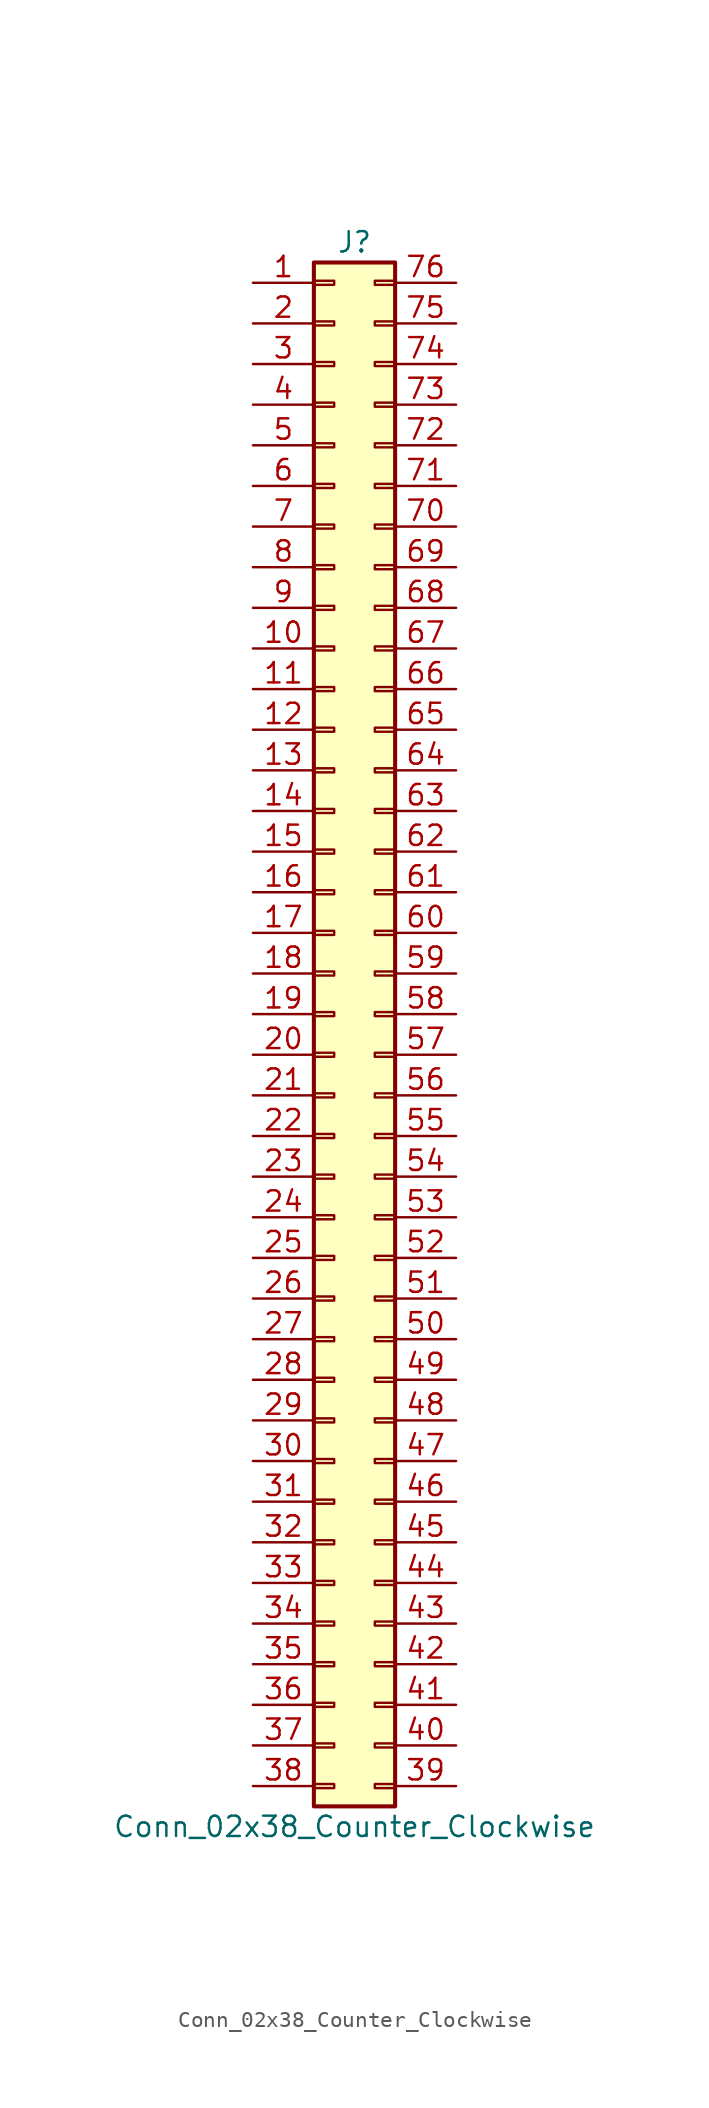
<source format=kicad_sym>
(kicad_symbol_lib
  (version 20220914)
  (generator kicad_symbol_editor)
  (symbol "Conn_02x38_Counter_Clockwise"
    (pin_names
      (offset 1.016) hide)
    (property "Reference" "J"
      (at 1.27 48.26 0)
      (effects (font (size 1.27 1.27))))
    (property "Value" "Conn_02x38_Counter_Clockwise"
      (at 1.27 -50.8 0)
      (effects (font (size 1.27 1.27))))
    (symbol "Conn_02x38_Counter_Clockwise_1_1"
      (rectangle (start -1.27 -48.133) (end 0 -48.387) (stroke (width 0.152) (type default)) (fill (type none)))
      (rectangle (start -1.27 -45.593) (end 0 -45.847) (stroke (width 0.152) (type default)) (fill (type none)))
      (rectangle (start -1.27 -43.053) (end 0 -43.307) (stroke (width 0.152) (type default)) (fill (type none)))
      (rectangle (start -1.27 -40.513) (end 0 -40.767) (stroke (width 0.152) (type default)) (fill (type none)))
      (rectangle (start -1.27 -37.973) (end 0 -38.227) (stroke (width 0.152) (type default)) (fill (type none)))
      (rectangle (start -1.27 -35.433) (end 0 -35.687) (stroke (width 0.152) (type default)) (fill (type none)))
      (rectangle (start -1.27 -32.893) (end 0 -33.147) (stroke (width 0.152) (type default)) (fill (type none)))
      (rectangle (start -1.27 -30.353) (end 0 -30.607) (stroke (width 0.152) (type default)) (fill (type none)))
      (rectangle (start -1.27 -27.813) (end 0 -28.067) (stroke (width 0.152) (type default)) (fill (type none)))
      (rectangle (start -1.27 -25.273) (end 0 -25.527) (stroke (width 0.152) (type default)) (fill (type none)))
      (rectangle (start -1.27 -22.733) (end 0 -22.987) (stroke (width 0.152) (type default)) (fill (type none)))
      (rectangle (start -1.27 -20.193) (end 0 -20.447) (stroke (width 0.152) (type default)) (fill (type none)))
      (rectangle (start -1.27 -17.653) (end 0 -17.907) (stroke (width 0.152) (type default)) (fill (type none)))
      (rectangle (start -1.27 -15.113) (end 0 -15.367) (stroke (width 0.152) (type default)) (fill (type none)))
      (rectangle (start -1.27 -12.573) (end 0 -12.827) (stroke (width 0.152) (type default)) (fill (type none)))
      (rectangle (start -1.27 -10.033) (end 0 -10.287) (stroke (width 0.152) (type default)) (fill (type none)))
      (rectangle (start -1.27 -7.493) (end 0 -7.747) (stroke (width 0.152) (type default)) (fill (type none)))
      (rectangle (start -1.27 -4.953) (end 0 -5.207) (stroke (width 0.152) (type default)) (fill (type none)))
      (rectangle (start -1.27 -2.413) (end 0 -2.667) (stroke (width 0.152) (type default)) (fill (type none)))
      (rectangle (start -1.27 0.127) (end 0 -0.127) (stroke (width 0.152) (type default)) (fill (type none)))
      (rectangle (start -1.27 2.667) (end 0 2.413) (stroke (width 0.152) (type default)) (fill (type none)))
      (rectangle (start -1.27 5.207) (end 0 4.953) (stroke (width 0.152) (type default)) (fill (type none)))
      (rectangle (start -1.27 7.747) (end 0 7.493) (stroke (width 0.152) (type default)) (fill (type none)))
      (rectangle (start -1.27 10.287) (end 0 10.033) (stroke (width 0.152) (type default)) (fill (type none)))
      (rectangle (start -1.27 12.827) (end 0 12.573) (stroke (width 0.152) (type default)) (fill (type none)))
      (rectangle (start -1.27 15.367) (end 0 15.113) (stroke (width 0.152) (type default)) (fill (type none)))
      (rectangle (start -1.27 17.907) (end 0 17.653) (stroke (width 0.152) (type default)) (fill (type none)))
      (rectangle (start -1.27 20.447) (end 0 20.193) (stroke (width 0.152) (type default)) (fill (type none)))
      (rectangle (start -1.27 22.987) (end 0 22.733) (stroke (width 0.152) (type default)) (fill (type none)))
      (rectangle (start -1.27 25.527) (end 0 25.273) (stroke (width 0.152) (type default)) (fill (type none)))
      (rectangle (start -1.27 28.067) (end 0 27.813) (stroke (width 0.152) (type default)) (fill (type none)))
      (rectangle (start -1.27 30.607) (end 0 30.353) (stroke (width 0.152) (type default)) (fill (type none)))
      (rectangle (start -1.27 33.147) (end 0 32.893) (stroke (width 0.152) (type default)) (fill (type none)))
      (rectangle (start -1.27 35.687) (end 0 35.433) (stroke (width 0.152) (type default)) (fill (type none)))
      (rectangle (start -1.27 38.227) (end 0 37.973) (stroke (width 0.152) (type default)) (fill (type none)))
      (rectangle (start -1.27 40.767) (end 0 40.513) (stroke (width 0.152) (type default)) (fill (type none)))
      (rectangle (start -1.27 43.307) (end 0 43.053) (stroke (width 0.152) (type default)) (fill (type none)))
      (rectangle (start -1.27 45.847) (end 0 45.593) (stroke (width 0.152) (type default)) (fill (type none)))
      (rectangle (start -1.27 46.99) (end 3.81 -49.53) (stroke (width 0.254) (type default)) (fill (type background)))
      (rectangle (start 3.81 -48.133) (end 2.54 -48.387) (stroke (width 0.152) (type default)) (fill (type none)))
      (rectangle (start 3.81 -45.593) (end 2.54 -45.847) (stroke (width 0.152) (type default)) (fill (type none)))
      (rectangle (start 3.81 -43.053) (end 2.54 -43.307) (stroke (width 0.152) (type default)) (fill (type none)))
      (rectangle (start 3.81 -40.513) (end 2.54 -40.767) (stroke (width 0.152) (type default)) (fill (type none)))
      (rectangle (start 3.81 -37.973) (end 2.54 -38.227) (stroke (width 0.152) (type default)) (fill (type none)))
      (rectangle (start 3.81 -35.433) (end 2.54 -35.687) (stroke (width 0.152) (type default)) (fill (type none)))
      (rectangle (start 3.81 -32.893) (end 2.54 -33.147) (stroke (width 0.152) (type default)) (fill (type none)))
      (rectangle (start 3.81 -30.353) (end 2.54 -30.607) (stroke (width 0.152) (type default)) (fill (type none)))
      (rectangle (start 3.81 -27.813) (end 2.54 -28.067) (stroke (width 0.152) (type default)) (fill (type none)))
      (rectangle (start 3.81 -25.273) (end 2.54 -25.527) (stroke (width 0.152) (type default)) (fill (type none)))
      (rectangle (start 3.81 -22.733) (end 2.54 -22.987) (stroke (width 0.152) (type default)) (fill (type none)))
      (rectangle (start 3.81 -20.193) (end 2.54 -20.447) (stroke (width 0.152) (type default)) (fill (type none)))
      (rectangle (start 3.81 -17.653) (end 2.54 -17.907) (stroke (width 0.152) (type default)) (fill (type none)))
      (rectangle (start 3.81 -15.113) (end 2.54 -15.367) (stroke (width 0.152) (type default)) (fill (type none)))
      (rectangle (start 3.81 -12.573) (end 2.54 -12.827) (stroke (width 0.152) (type default)) (fill (type none)))
      (rectangle (start 3.81 -10.033) (end 2.54 -10.287) (stroke (width 0.152) (type default)) (fill (type none)))
      (rectangle (start 3.81 -7.493) (end 2.54 -7.747) (stroke (width 0.152) (type default)) (fill (type none)))
      (rectangle (start 3.81 -4.953) (end 2.54 -5.207) (stroke (width 0.152) (type default)) (fill (type none)))
      (rectangle (start 3.81 -2.413) (end 2.54 -2.667) (stroke (width 0.152) (type default)) (fill (type none)))
      (rectangle (start 3.81 0.127) (end 2.54 -0.127) (stroke (width 0.152) (type default)) (fill (type none)))
      (rectangle (start 3.81 2.667) (end 2.54 2.413) (stroke (width 0.152) (type default)) (fill (type none)))
      (rectangle (start 3.81 5.207) (end 2.54 4.953) (stroke (width 0.152) (type default)) (fill (type none)))
      (rectangle (start 3.81 7.747) (end 2.54 7.493) (stroke (width 0.152) (type default)) (fill (type none)))
      (rectangle (start 3.81 10.287) (end 2.54 10.033) (stroke (width 0.152) (type default)) (fill (type none)))
      (rectangle (start 3.81 12.827) (end 2.54 12.573) (stroke (width 0.152) (type default)) (fill (type none)))
      (rectangle (start 3.81 15.367) (end 2.54 15.113) (stroke (width 0.152) (type default)) (fill (type none)))
      (rectangle (start 3.81 17.907) (end 2.54 17.653) (stroke (width 0.152) (type default)) (fill (type none)))
      (rectangle (start 3.81 20.447) (end 2.54 20.193) (stroke (width 0.152) (type default)) (fill (type none)))
      (rectangle (start 3.81 22.987) (end 2.54 22.733) (stroke (width 0.152) (type default)) (fill (type none)))
      (rectangle (start 3.81 25.527) (end 2.54 25.273) (stroke (width 0.152) (type default)) (fill (type none)))
      (rectangle (start 3.81 28.067) (end 2.54 27.813) (stroke (width 0.152) (type default)) (fill (type none)))
      (rectangle (start 3.81 30.607) (end 2.54 30.353) (stroke (width 0.152) (type default)) (fill (type none)))
      (rectangle (start 3.81 33.147) (end 2.54 32.893) (stroke (width 0.152) (type default)) (fill (type none)))
      (rectangle (start 3.81 35.687) (end 2.54 35.433) (stroke (width 0.152) (type default)) (fill (type none)))
      (rectangle (start 3.81 38.227) (end 2.54 37.973) (stroke (width 0.152) (type default)) (fill (type none)))
      (rectangle (start 3.81 40.767) (end 2.54 40.513) (stroke (width 0.152) (type default)) (fill (type none)))
      (rectangle (start 3.81 43.307) (end 2.54 43.053) (stroke (width 0.152) (type default)) (fill (type none)))
      (rectangle (start 3.81 45.847) (end 2.54 45.593) (stroke (width 0.152) (type default)) (fill (type none)))
      (pin passive line (at -5.08 45.72 0) (length 3.81) (name "Pin_1" (effects (font (size 1.27 1.27)))) (number "1" (effects (font (size 1.27 1.27)))))
      (pin passive line (at -5.08 22.86 0) (length 3.81) (name "Pin_10" (effects (font (size 1.27 1.27)))) (number "10" (effects (font (size 1.27 1.27)))))
      (pin passive line (at -5.08 20.32 0) (length 3.81) (name "Pin_11" (effects (font (size 1.27 1.27)))) (number "11" (effects (font (size 1.27 1.27)))))
      (pin passive line (at -5.08 17.78 0) (length 3.81) (name "Pin_12" (effects (font (size 1.27 1.27)))) (number "12" (effects (font (size 1.27 1.27)))))
      (pin passive line (at -5.08 15.24 0) (length 3.81) (name "Pin_13" (effects (font (size 1.27 1.27)))) (number "13" (effects (font (size 1.27 1.27)))))
      (pin passive line (at -5.08 12.7 0) (length 3.81) (name "Pin_14" (effects (font (size 1.27 1.27)))) (number "14" (effects (font (size 1.27 1.27)))))
      (pin passive line (at -5.08 10.16 0) (length 3.81) (name "Pin_15" (effects (font (size 1.27 1.27)))) (number "15" (effects (font (size 1.27 1.27)))))
      (pin passive line (at -5.08 7.62 0) (length 3.81) (name "Pin_16" (effects (font (size 1.27 1.27)))) (number "16" (effects (font (size 1.27 1.27)))))
      (pin passive line (at -5.08 5.08 0) (length 3.81) (name "Pin_17" (effects (font (size 1.27 1.27)))) (number "17" (effects (font (size 1.27 1.27)))))
      (pin passive line (at -5.08 2.54 0) (length 3.81) (name "Pin_18" (effects (font (size 1.27 1.27)))) (number "18" (effects (font (size 1.27 1.27)))))
      (pin passive line (at -5.08 0 0) (length 3.81) (name "Pin_19" (effects (font (size 1.27 1.27)))) (number "19" (effects (font (size 1.27 1.27)))))
      (pin passive line (at -5.08 43.18 0) (length 3.81) (name "Pin_2" (effects (font (size 1.27 1.27)))) (number "2" (effects (font (size 1.27 1.27)))))
      (pin passive line (at -5.08 -2.54 0) (length 3.81) (name "Pin_20" (effects (font (size 1.27 1.27)))) (number "20" (effects (font (size 1.27 1.27)))))
      (pin passive line (at -5.08 -5.08 0) (length 3.81) (name "Pin_21" (effects (font (size 1.27 1.27)))) (number "21" (effects (font (size 1.27 1.27)))))
      (pin passive line (at -5.08 -7.62 0) (length 3.81) (name "Pin_22" (effects (font (size 1.27 1.27)))) (number "22" (effects (font (size 1.27 1.27)))))
      (pin passive line (at -5.08 -10.16 0) (length 3.81) (name "Pin_23" (effects (font (size 1.27 1.27)))) (number "23" (effects (font (size 1.27 1.27)))))
      (pin passive line (at -5.08 -12.7 0) (length 3.81) (name "Pin_24" (effects (font (size 1.27 1.27)))) (number "24" (effects (font (size 1.27 1.27)))))
      (pin passive line (at -5.08 -15.24 0) (length 3.81) (name "Pin_25" (effects (font (size 1.27 1.27)))) (number "25" (effects (font (size 1.27 1.27)))))
      (pin passive line (at -5.08 -17.78 0) (length 3.81) (name "Pin_26" (effects (font (size 1.27 1.27)))) (number "26" (effects (font (size 1.27 1.27)))))
      (pin passive line (at -5.08 -20.32 0) (length 3.81) (name "Pin_27" (effects (font (size 1.27 1.27)))) (number "27" (effects (font (size 1.27 1.27)))))
      (pin passive line (at -5.08 -22.86 0) (length 3.81) (name "Pin_28" (effects (font (size 1.27 1.27)))) (number "28" (effects (font (size 1.27 1.27)))))
      (pin passive line (at -5.08 -25.4 0) (length 3.81) (name "Pin_29" (effects (font (size 1.27 1.27)))) (number "29" (effects (font (size 1.27 1.27)))))
      (pin passive line (at -5.08 40.64 0) (length 3.81) (name "Pin_3" (effects (font (size 1.27 1.27)))) (number "3" (effects (font (size 1.27 1.27)))))
      (pin passive line (at -5.08 -27.94 0) (length 3.81) (name "Pin_30" (effects (font (size 1.27 1.27)))) (number "30" (effects (font (size 1.27 1.27)))))
      (pin passive line (at -5.08 -30.48 0) (length 3.81) (name "Pin_31" (effects (font (size 1.27 1.27)))) (number "31" (effects (font (size 1.27 1.27)))))
      (pin passive line (at -5.08 -33.02 0) (length 3.81) (name "Pin_32" (effects (font (size 1.27 1.27)))) (number "32" (effects (font (size 1.27 1.27)))))
      (pin passive line (at -5.08 -35.56 0) (length 3.81) (name "Pin_33" (effects (font (size 1.27 1.27)))) (number "33" (effects (font (size 1.27 1.27)))))
      (pin passive line (at -5.08 -38.1 0) (length 3.81) (name "Pin_34" (effects (font (size 1.27 1.27)))) (number "34" (effects (font (size 1.27 1.27)))))
      (pin passive line (at -5.08 -40.64 0) (length 3.81) (name "Pin_35" (effects (font (size 1.27 1.27)))) (number "35" (effects (font (size 1.27 1.27)))))
      (pin passive line (at -5.08 -43.18 0) (length 3.81) (name "Pin_36" (effects (font (size 1.27 1.27)))) (number "36" (effects (font (size 1.27 1.27)))))
      (pin passive line (at -5.08 -45.72 0) (length 3.81) (name "Pin_37" (effects (font (size 1.27 1.27)))) (number "37" (effects (font (size 1.27 1.27)))))
      (pin passive line (at -5.08 -48.26 0) (length 3.81) (name "Pin_38" (effects (font (size 1.27 1.27)))) (number "38" (effects (font (size 1.27 1.27)))))
      (pin passive line (at 7.62 -48.26 180) (length 3.81) (name "Pin_39" (effects (font (size 1.27 1.27)))) (number "39" (effects (font (size 1.27 1.27)))))
      (pin passive line (at -5.08 38.1 0) (length 3.81) (name "Pin_4" (effects (font (size 1.27 1.27)))) (number "4" (effects (font (size 1.27 1.27)))))
      (pin passive line (at 7.62 -45.72 180) (length 3.81) (name "Pin_40" (effects (font (size 1.27 1.27)))) (number "40" (effects (font (size 1.27 1.27)))))
      (pin passive line (at 7.62 -43.18 180) (length 3.81) (name "Pin_41" (effects (font (size 1.27 1.27)))) (number "41" (effects (font (size 1.27 1.27)))))
      (pin passive line (at 7.62 -40.64 180) (length 3.81) (name "Pin_42" (effects (font (size 1.27 1.27)))) (number "42" (effects (font (size 1.27 1.27)))))
      (pin passive line (at 7.62 -38.1 180) (length 3.81) (name "Pin_43" (effects (font (size 1.27 1.27)))) (number "43" (effects (font (size 1.27 1.27)))))
      (pin passive line (at 7.62 -35.56 180) (length 3.81) (name "Pin_44" (effects (font (size 1.27 1.27)))) (number "44" (effects (font (size 1.27 1.27)))))
      (pin passive line (at 7.62 -33.02 180) (length 3.81) (name "Pin_45" (effects (font (size 1.27 1.27)))) (number "45" (effects (font (size 1.27 1.27)))))
      (pin passive line (at 7.62 -30.48 180) (length 3.81) (name "Pin_46" (effects (font (size 1.27 1.27)))) (number "46" (effects (font (size 1.27 1.27)))))
      (pin passive line (at 7.62 -27.94 180) (length 3.81) (name "Pin_47" (effects (font (size 1.27 1.27)))) (number "47" (effects (font (size 1.27 1.27)))))
      (pin passive line (at 7.62 -25.4 180) (length 3.81) (name "Pin_48" (effects (font (size 1.27 1.27)))) (number "48" (effects (font (size 1.27 1.27)))))
      (pin passive line (at 7.62 -22.86 180) (length 3.81) (name "Pin_49" (effects (font (size 1.27 1.27)))) (number "49" (effects (font (size 1.27 1.27)))))
      (pin passive line (at -5.08 35.56 0) (length 3.81) (name "Pin_5" (effects (font (size 1.27 1.27)))) (number "5" (effects (font (size 1.27 1.27)))))
      (pin passive line (at 7.62 -20.32 180) (length 3.81) (name "Pin_50" (effects (font (size 1.27 1.27)))) (number "50" (effects (font (size 1.27 1.27)))))
      (pin passive line (at 7.62 -17.78 180) (length 3.81) (name "Pin_51" (effects (font (size 1.27 1.27)))) (number "51" (effects (font (size 1.27 1.27)))))
      (pin passive line (at 7.62 -15.24 180) (length 3.81) (name "Pin_52" (effects (font (size 1.27 1.27)))) (number "52" (effects (font (size 1.27 1.27)))))
      (pin passive line (at 7.62 -12.7 180) (length 3.81) (name "Pin_53" (effects (font (size 1.27 1.27)))) (number "53" (effects (font (size 1.27 1.27)))))
      (pin passive line (at 7.62 -10.16 180) (length 3.81) (name "Pin_54" (effects (font (size 1.27 1.27)))) (number "54" (effects (font (size 1.27 1.27)))))
      (pin passive line (at 7.62 -7.62 180) (length 3.81) (name "Pin_55" (effects (font (size 1.27 1.27)))) (number "55" (effects (font (size 1.27 1.27)))))
      (pin passive line (at 7.62 -5.08 180) (length 3.81) (name "Pin_56" (effects (font (size 1.27 1.27)))) (number "56" (effects (font (size 1.27 1.27)))))
      (pin passive line (at 7.62 -2.54 180) (length 3.81) (name "Pin_57" (effects (font (size 1.27 1.27)))) (number "57" (effects (font (size 1.27 1.27)))))
      (pin passive line (at 7.62 0 180) (length 3.81) (name "Pin_58" (effects (font (size 1.27 1.27)))) (number "58" (effects (font (size 1.27 1.27)))))
      (pin passive line (at 7.62 2.54 180) (length 3.81) (name "Pin_59" (effects (font (size 1.27 1.27)))) (number "59" (effects (font (size 1.27 1.27)))))
      (pin passive line (at -5.08 33.02 0) (length 3.81) (name "Pin_6" (effects (font (size 1.27 1.27)))) (number "6" (effects (font (size 1.27 1.27)))))
      (pin passive line (at 7.62 5.08 180) (length 3.81) (name "Pin_60" (effects (font (size 1.27 1.27)))) (number "60" (effects (font (size 1.27 1.27)))))
      (pin passive line (at 7.62 7.62 180) (length 3.81) (name "Pin_61" (effects (font (size 1.27 1.27)))) (number "61" (effects (font (size 1.27 1.27)))))
      (pin passive line (at 7.62 10.16 180) (length 3.81) (name "Pin_62" (effects (font (size 1.27 1.27)))) (number "62" (effects (font (size 1.27 1.27)))))
      (pin passive line (at 7.62 12.7 180) (length 3.81) (name "Pin_63" (effects (font (size 1.27 1.27)))) (number "63" (effects (font (size 1.27 1.27)))))
      (pin passive line (at 7.62 15.24 180) (length 3.81) (name "Pin_64" (effects (font (size 1.27 1.27)))) (number "64" (effects (font (size 1.27 1.27)))))
      (pin passive line (at 7.62 17.78 180) (length 3.81) (name "Pin_65" (effects (font (size 1.27 1.27)))) (number "65" (effects (font (size 1.27 1.27)))))
      (pin passive line (at 7.62 20.32 180) (length 3.81) (name "Pin_66" (effects (font (size 1.27 1.27)))) (number "66" (effects (font (size 1.27 1.27)))))
      (pin passive line (at 7.62 22.86 180) (length 3.81) (name "Pin_67" (effects (font (size 1.27 1.27)))) (number "67" (effects (font (size 1.27 1.27)))))
      (pin passive line (at 7.62 25.4 180) (length 3.81) (name "Pin_68" (effects (font (size 1.27 1.27)))) (number "68" (effects (font (size 1.27 1.27)))))
      (pin passive line (at 7.62 27.94 180) (length 3.81) (name "Pin_69" (effects (font (size 1.27 1.27)))) (number "69" (effects (font (size 1.27 1.27)))))
      (pin passive line (at -5.08 30.48 0) (length 3.81) (name "Pin_7" (effects (font (size 1.27 1.27)))) (number "7" (effects (font (size 1.27 1.27)))))
      (pin passive line (at 7.62 30.48 180) (length 3.81) (name "Pin_70" (effects (font (size 1.27 1.27)))) (number "70" (effects (font (size 1.27 1.27)))))
      (pin passive line (at 7.62 33.02 180) (length 3.81) (name "Pin_71" (effects (font (size 1.27 1.27)))) (number "71" (effects (font (size 1.27 1.27)))))
      (pin passive line (at 7.62 35.56 180) (length 3.81) (name "Pin_72" (effects (font (size 1.27 1.27)))) (number "72" (effects (font (size 1.27 1.27)))))
      (pin passive line (at 7.62 38.1 180) (length 3.81) (name "Pin_73" (effects (font (size 1.27 1.27)))) (number "73" (effects (font (size 1.27 1.27)))))
      (pin passive line (at 7.62 40.64 180) (length 3.81) (name "Pin_74" (effects (font (size 1.27 1.27)))) (number "74" (effects (font (size 1.27 1.27)))))
      (pin passive line (at 7.62 43.18 180) (length 3.81) (name "Pin_75" (effects (font (size 1.27 1.27)))) (number "75" (effects (font (size 1.27 1.27)))))
      (pin passive line (at 7.62 45.72 180) (length 3.81) (name "Pin_76" (effects (font (size 1.27 1.27)))) (number "76" (effects (font (size 1.27 1.27)))))
      (pin passive line (at -5.08 27.94 0) (length 3.81) (name "Pin_8" (effects (font (size 1.27 1.27)))) (number "8" (effects (font (size 1.27 1.27)))))
      (pin passive line (at -5.08 25.4 0) (length 3.81) (name "Pin_9" (effects (font (size 1.27 1.27)))) (number "9" (effects (font (size 1.27 1.27))))))))
</source>
